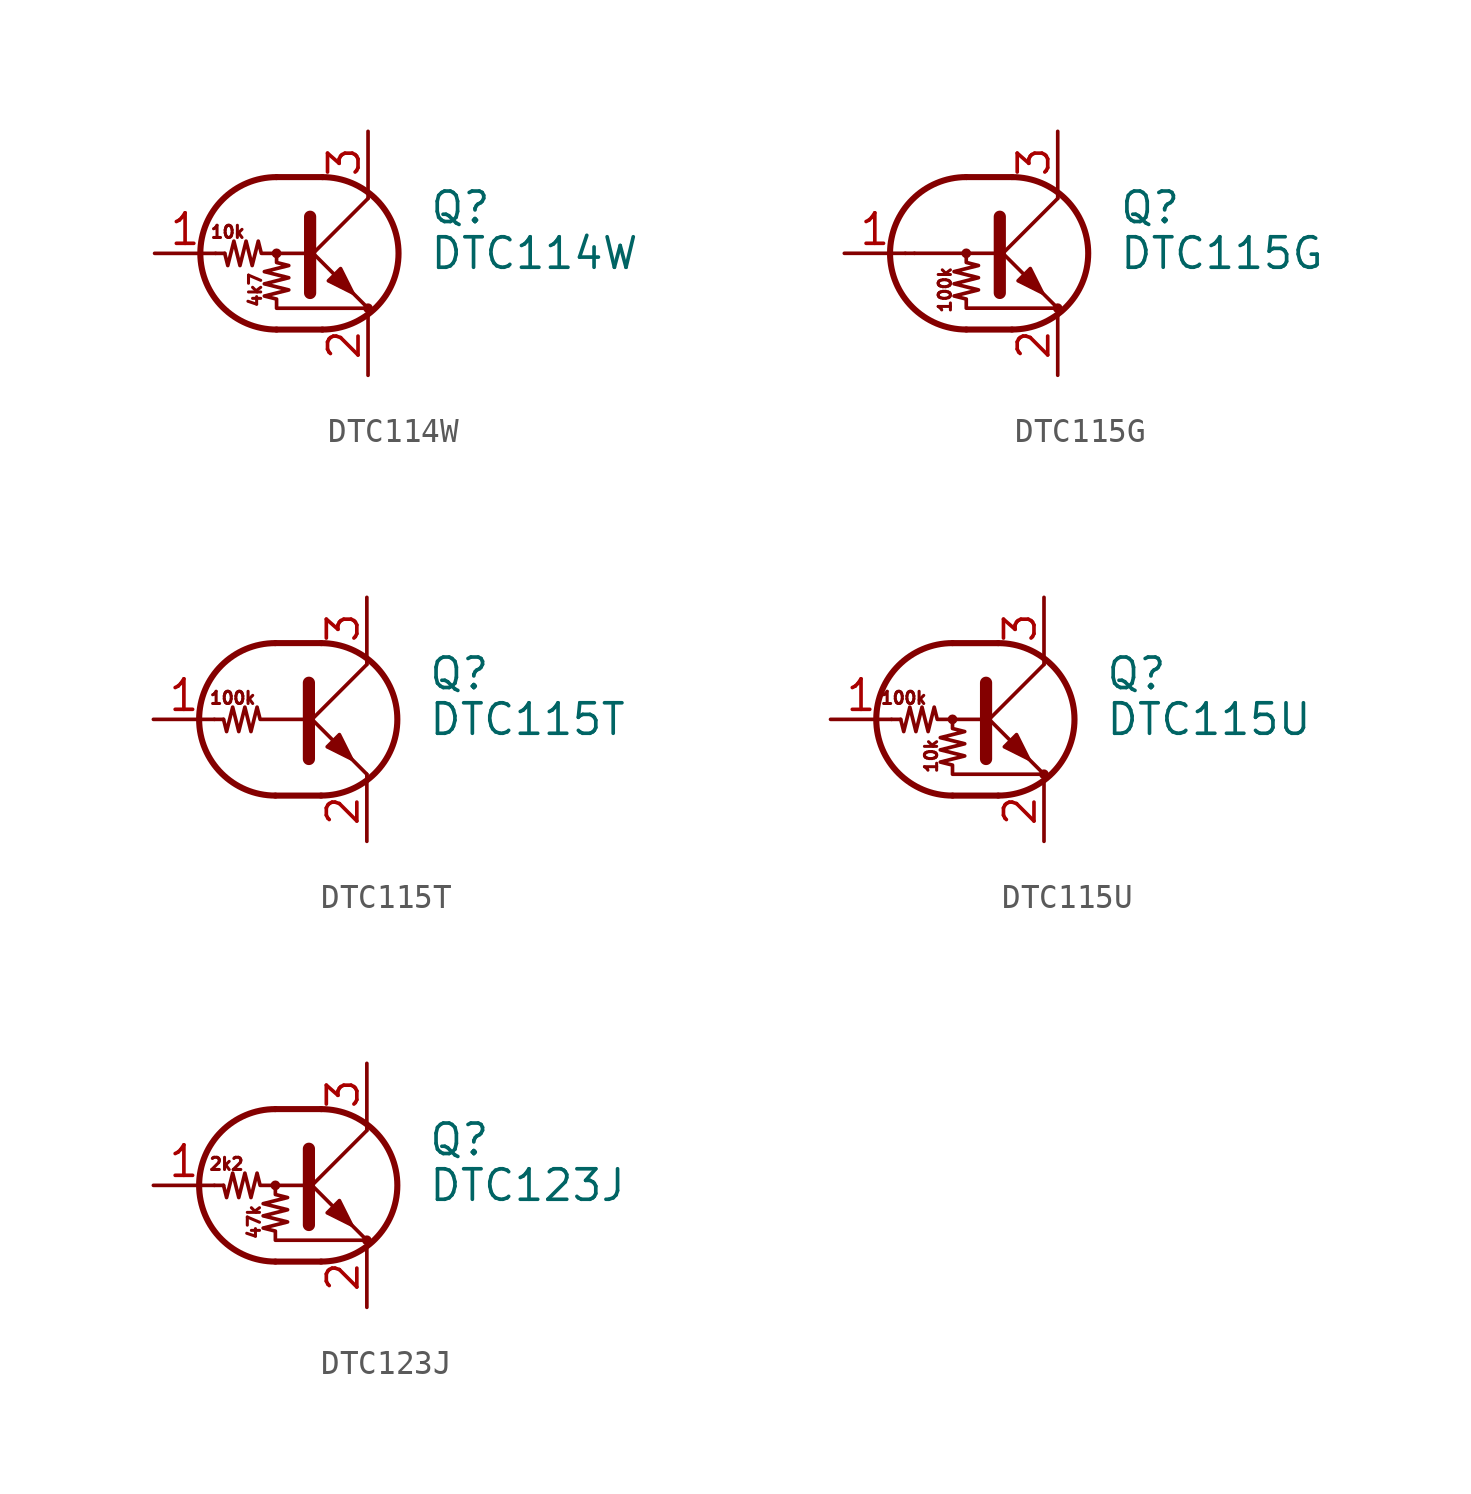
<source format=kicad_sym>
(kicad_symbol_lib
  (version 20231120)
  (generator "kicad_symbol_editor")
  (generator_version "8.0")
  (symbol "DTC114W"
    (pin_names
      (offset 0) hide)
    (property "Reference" "Q"
      (at 5.08 1.905 0)
      (effects (font (size 1.27 1.27)) (justify left)))
    (property "Value" "DTC114W"
      (at 5.08 0 0)
      (effects (font (size 1.27 1.27)) (justify left)))
    (symbol "DTC114W_0_0"
      (text "10k" (at -3.302 0.889 0) (effects (font (size 0.508 0.508))))
      (text "4k7" (at -2.159 -1.524 900) (effects (font (size 0.508 0.508)))))
    (symbol "DTC114W_0_1"
      (circle (center -1.27 0) (radius 0.127) (stroke (width 0) (type default)) (fill (type none)))
      (arc (start -1.27 3.175) (mid -4.4312 0) (end -1.27 -3.175) (stroke (width 0.254) (type default)) (fill (type none)))
      (polyline (pts (xy -3.429 0) (xy -3.81 0)) (stroke (width 0) (type default)) (fill (type none)))
      (polyline (pts (xy -1.27 -3.175) (xy 0.635 -3.175)) (stroke (width 0.254) (type default)) (fill (type none)))
      (polyline (pts (xy -1.27 3.175) (xy 0.635 3.175)) (stroke (width 0.254) (type default)) (fill (type none)))
      (polyline (pts (xy 0 -0.254) (xy 2.54 2.286)) (stroke (width 0) (type default)) (fill (type none)))
      (polyline (pts (xy 0.127 1.524) (xy 0.127 -1.651)) (stroke (width 0.508) (type default)) (fill (type outline)))
      (polyline (pts (xy 2.54 2.286) (xy 2.54 2.54)) (stroke (width 0) (type default)) (fill (type none)))
      (polyline (pts (xy 2.54 -2.286) (xy 0 0.254) (xy 0 0.254)) (stroke (width 0) (type default)) (fill (type none)))
      (polyline (pts (xy 0.889 -1.143) (xy 1.397 -0.635) (xy 1.905 -1.651) (xy 0.889 -1.143)) (stroke (width 0) (type default)) (fill (type outline)))
      (polyline (pts (xy 0 0) (xy -1.905 0) (xy -2.032 0.508) (xy -2.286 -0.508) (xy -2.54 0.508) (xy -2.794 -0.508) (xy -3.048 0.508) (xy -3.302 -0.508) (xy -3.429 0)) (stroke (width 0) (type default)) (fill (type none)))
      (polyline (pts (xy -1.27 0) (xy -1.27 -0.381) (xy -0.762 -0.508) (xy -1.778 -0.762) (xy -0.762 -1.016) (xy -1.778 -1.27) (xy -0.762 -1.524) (xy -1.778 -1.778) (xy -1.27 -1.905) (xy -1.27 -2.286) (xy 2.54 -2.286)) (stroke (width 0) (type default)) (fill (type none)))
      (arc (start 0.635 -3.175) (mid 3.7962 0) (end 0.635 3.175) (stroke (width 0.254) (type default)) (fill (type none)))
      (circle (center 2.54 -2.286) (radius 0.127) (stroke (width 0) (type default)) (fill (type none))))
    (symbol "DTC114W_1_1"
      (pin input line (at -6.35 0 0) (length 2.54) (name "B" (effects (font (size 1.27 1.27)))) (number "1" (effects (font (size 1.27 1.27)))))
      (pin passive line (at 2.54 -5.08 90) (length 2.54) (name "E" (effects (font (size 1.27 1.27)))) (number "2" (effects (font (size 1.27 1.27)))))
      (pin passive line (at 2.54 5.08 270) (length 2.54) (name "C" (effects (font (size 1.27 1.27)))) (number "3" (effects (font (size 1.27 1.27)))))))
  (symbol "DTC115G"
    (pin_names
      (offset 0) hide)
    (property "Reference" "Q"
      (at 5.08 1.905 0)
      (effects (font (size 1.27 1.27)) (justify left)))
    (property "Value" "DTC115G"
      (at 5.08 0 0)
      (effects (font (size 1.27 1.27)) (justify left)))
    (symbol "DTC115G_0_0"
      (polyline (pts (xy -3.429 0) (xy 0 0)) (stroke (width 0) (type default)) (fill (type none)))
      (text "100k" (at -2.159 -1.524 900) (effects (font (size 0.508 0.508)))))
    (symbol "DTC115G_0_1"
      (circle (center -1.27 0) (radius 0.127) (stroke (width 0) (type default)) (fill (type none)))
      (arc (start -1.27 3.175) (mid -4.4312 0) (end -1.27 -3.175) (stroke (width 0.254) (type default)) (fill (type none)))
      (polyline (pts (xy -3.429 0) (xy -3.81 0)) (stroke (width 0) (type default)) (fill (type none)))
      (polyline (pts (xy -1.27 -3.175) (xy 0.635 -3.175)) (stroke (width 0.254) (type default)) (fill (type none)))
      (polyline (pts (xy -1.27 3.175) (xy 0.635 3.175)) (stroke (width 0.254) (type default)) (fill (type none)))
      (polyline (pts (xy 0 -0.254) (xy 2.54 2.286)) (stroke (width 0) (type default)) (fill (type none)))
      (polyline (pts (xy 0.127 1.524) (xy 0.127 -1.651)) (stroke (width 0.508) (type default)) (fill (type outline)))
      (polyline (pts (xy 2.54 2.286) (xy 2.54 2.54)) (stroke (width 0) (type default)) (fill (type none)))
      (polyline (pts (xy 2.54 -2.286) (xy 0 0.254) (xy 0 0.254)) (stroke (width 0) (type default)) (fill (type none)))
      (polyline (pts (xy 0.889 -1.143) (xy 1.397 -0.635) (xy 1.905 -1.651) (xy 0.889 -1.143)) (stroke (width 0) (type default)) (fill (type outline)))
      (polyline (pts (xy -1.27 0) (xy -1.27 -0.381) (xy -0.762 -0.508) (xy -1.778 -0.762) (xy -0.762 -1.016) (xy -1.778 -1.27) (xy -0.762 -1.524) (xy -1.778 -1.778) (xy -1.27 -1.905) (xy -1.27 -2.286) (xy 2.54 -2.286)) (stroke (width 0) (type default)) (fill (type none)))
      (arc (start 0.635 -3.175) (mid 3.7962 0) (end 0.635 3.175) (stroke (width 0.254) (type default)) (fill (type none)))
      (circle (center 2.54 -2.286) (radius 0.127) (stroke (width 0) (type default)) (fill (type none))))
    (symbol "DTC115G_1_1"
      (pin input line (at -6.35 0 0) (length 2.54) (name "B" (effects (font (size 1.27 1.27)))) (number "1" (effects (font (size 1.27 1.27)))))
      (pin passive line (at 2.54 -5.08 90) (length 2.54) (name "E" (effects (font (size 1.27 1.27)))) (number "2" (effects (font (size 1.27 1.27)))))
      (pin passive line (at 2.54 5.08 270) (length 2.54) (name "C" (effects (font (size 1.27 1.27)))) (number "3" (effects (font (size 1.27 1.27)))))))
  (symbol "DTC115T"
    (pin_names
      (offset 0) hide)
    (property "Reference" "Q"
      (at 5.08 1.905 0)
      (effects (font (size 1.27 1.27)) (justify left)))
    (property "Value" "DTC115T"
      (at 5.08 0 0)
      (effects (font (size 1.27 1.27)) (justify left)))
    (symbol "DTC115T_0_0"
      (polyline (pts (xy 2.54 -2.286) (xy 2.54 -2.54)) (stroke (width 0) (type default)) (fill (type none)))
      (text "100k" (at -3.048 0.889 0) (effects (font (size 0.508 0.508)))))
    (symbol "DTC115T_0_1"
      (arc (start -1.27 3.175) (mid -4.4312 0) (end -1.27 -3.175) (stroke (width 0.254) (type default)) (fill (type none)))
      (polyline (pts (xy -3.429 0) (xy -3.81 0)) (stroke (width 0) (type default)) (fill (type none)))
      (polyline (pts (xy -1.27 -3.175) (xy 0.635 -3.175)) (stroke (width 0.254) (type default)) (fill (type none)))
      (polyline (pts (xy -1.27 3.175) (xy 0.635 3.175)) (stroke (width 0.254) (type default)) (fill (type none)))
      (polyline (pts (xy 0 -0.254) (xy 2.54 2.286)) (stroke (width 0) (type default)) (fill (type none)))
      (polyline (pts (xy 0.127 1.524) (xy 0.127 -1.651)) (stroke (width 0.508) (type default)) (fill (type outline)))
      (polyline (pts (xy 2.54 2.286) (xy 2.54 2.54)) (stroke (width 0) (type default)) (fill (type none)))
      (polyline (pts (xy 2.54 -2.286) (xy 0 0.254) (xy 0 0.254)) (stroke (width 0) (type default)) (fill (type none)))
      (polyline (pts (xy 0.889 -1.143) (xy 1.397 -0.635) (xy 1.905 -1.651) (xy 0.889 -1.143)) (stroke (width 0) (type default)) (fill (type outline)))
      (polyline (pts (xy 0 0) (xy -1.905 0) (xy -2.032 0.508) (xy -2.286 -0.508) (xy -2.54 0.508) (xy -2.794 -0.508) (xy -3.048 0.508) (xy -3.302 -0.508) (xy -3.429 0)) (stroke (width 0) (type default)) (fill (type none)))
      (arc (start 0.635 -3.175) (mid 3.7962 0) (end 0.635 3.175) (stroke (width 0.254) (type default)) (fill (type none))))
    (symbol "DTC115T_1_1"
      (pin input line (at -6.35 0 0) (length 2.54) (name "B" (effects (font (size 1.27 1.27)))) (number "1" (effects (font (size 1.27 1.27)))))
      (pin passive line (at 2.54 -5.08 90) (length 2.54) (name "E" (effects (font (size 1.27 1.27)))) (number "2" (effects (font (size 1.27 1.27)))))
      (pin passive line (at 2.54 5.08 270) (length 2.54) (name "C" (effects (font (size 1.27 1.27)))) (number "3" (effects (font (size 1.27 1.27)))))))
  (symbol "DTC115U"
    (pin_names
      (offset 0) hide)
    (property "Reference" "Q"
      (at 5.08 1.905 0)
      (effects (font (size 1.27 1.27)) (justify left)))
    (property "Value" "DTC115U"
      (at 5.08 0 0)
      (effects (font (size 1.27 1.27)) (justify left)))
    (symbol "DTC115U_0_0"
      (text "100k" (at -3.302 0.889 0) (effects (font (size 0.508 0.508))))
      (text "10k" (at -2.159 -1.524 900) (effects (font (size 0.508 0.508)))))
    (symbol "DTC115U_0_1"
      (circle (center -1.27 0) (radius 0.127) (stroke (width 0) (type default)) (fill (type none)))
      (arc (start -1.27 3.175) (mid -4.4312 0) (end -1.27 -3.175) (stroke (width 0.254) (type default)) (fill (type none)))
      (polyline (pts (xy -3.429 0) (xy -3.81 0)) (stroke (width 0) (type default)) (fill (type none)))
      (polyline (pts (xy -1.27 -3.175) (xy 0.635 -3.175)) (stroke (width 0.254) (type default)) (fill (type none)))
      (polyline (pts (xy -1.27 3.175) (xy 0.635 3.175)) (stroke (width 0.254) (type default)) (fill (type none)))
      (polyline (pts (xy 0 -0.254) (xy 2.54 2.286)) (stroke (width 0) (type default)) (fill (type none)))
      (polyline (pts (xy 0.127 1.524) (xy 0.127 -1.651)) (stroke (width 0.508) (type default)) (fill (type outline)))
      (polyline (pts (xy 2.54 2.286) (xy 2.54 2.54)) (stroke (width 0) (type default)) (fill (type none)))
      (polyline (pts (xy 2.54 -2.286) (xy 0 0.254) (xy 0 0.254)) (stroke (width 0) (type default)) (fill (type none)))
      (polyline (pts (xy 0.889 -1.143) (xy 1.397 -0.635) (xy 1.905 -1.651) (xy 0.889 -1.143)) (stroke (width 0) (type default)) (fill (type outline)))
      (polyline (pts (xy 0 0) (xy -1.905 0) (xy -2.032 0.508) (xy -2.286 -0.508) (xy -2.54 0.508) (xy -2.794 -0.508) (xy -3.048 0.508) (xy -3.302 -0.508) (xy -3.429 0)) (stroke (width 0) (type default)) (fill (type none)))
      (polyline (pts (xy -1.27 0) (xy -1.27 -0.381) (xy -0.762 -0.508) (xy -1.778 -0.762) (xy -0.762 -1.016) (xy -1.778 -1.27) (xy -0.762 -1.524) (xy -1.778 -1.778) (xy -1.27 -1.905) (xy -1.27 -2.286) (xy 2.54 -2.286)) (stroke (width 0) (type default)) (fill (type none)))
      (arc (start 0.635 -3.175) (mid 3.7962 0) (end 0.635 3.175) (stroke (width 0.254) (type default)) (fill (type none)))
      (circle (center 2.54 -2.286) (radius 0.127) (stroke (width 0) (type default)) (fill (type none))))
    (symbol "DTC115U_1_1"
      (pin input line (at -6.35 0 0) (length 2.54) (name "B" (effects (font (size 1.27 1.27)))) (number "1" (effects (font (size 1.27 1.27)))))
      (pin passive line (at 2.54 -5.08 90) (length 2.54) (name "E" (effects (font (size 1.27 1.27)))) (number "2" (effects (font (size 1.27 1.27)))))
      (pin passive line (at 2.54 5.08 270) (length 2.54) (name "C" (effects (font (size 1.27 1.27)))) (number "3" (effects (font (size 1.27 1.27)))))))
  (symbol "DTC123J"
    (pin_names
      (offset 0) hide)
    (property "Reference" "Q"
      (at 5.08 1.905 0)
      (effects (font (size 1.27 1.27)) (justify left)))
    (property "Value" "DTC123J"
      (at 5.08 0 0)
      (effects (font (size 1.27 1.27)) (justify left)))
    (symbol "DTC123J_0_0"
      (text "2k2" (at -3.302 0.889 0) (effects (font (size 0.508 0.508))))
      (text "47k" (at -2.159 -1.524 900) (effects (font (size 0.508 0.508)))))
    (symbol "DTC123J_0_1"
      (circle (center -1.27 0) (radius 0.127) (stroke (width 0) (type default)) (fill (type none)))
      (arc (start -1.27 3.175) (mid -4.4312 0) (end -1.27 -3.175) (stroke (width 0.254) (type default)) (fill (type none)))
      (polyline (pts (xy -3.429 0) (xy -3.81 0)) (stroke (width 0) (type default)) (fill (type none)))
      (polyline (pts (xy -1.27 -3.175) (xy 0.635 -3.175)) (stroke (width 0.254) (type default)) (fill (type none)))
      (polyline (pts (xy -1.27 3.175) (xy 0.635 3.175)) (stroke (width 0.254) (type default)) (fill (type none)))
      (polyline (pts (xy 0 -0.254) (xy 2.54 2.286)) (stroke (width 0) (type default)) (fill (type none)))
      (polyline (pts (xy 0.127 1.524) (xy 0.127 -1.651)) (stroke (width 0.508) (type default)) (fill (type outline)))
      (polyline (pts (xy 2.54 2.286) (xy 2.54 2.54)) (stroke (width 0) (type default)) (fill (type none)))
      (polyline (pts (xy 2.54 -2.286) (xy 0 0.254) (xy 0 0.254)) (stroke (width 0) (type default)) (fill (type none)))
      (polyline (pts (xy 0.889 -1.143) (xy 1.397 -0.635) (xy 1.905 -1.651) (xy 0.889 -1.143)) (stroke (width 0) (type default)) (fill (type outline)))
      (polyline (pts (xy 0 0) (xy -1.905 0) (xy -2.032 0.508) (xy -2.286 -0.508) (xy -2.54 0.508) (xy -2.794 -0.508) (xy -3.048 0.508) (xy -3.302 -0.508) (xy -3.429 0)) (stroke (width 0) (type default)) (fill (type none)))
      (polyline (pts (xy -1.27 0) (xy -1.27 -0.381) (xy -0.762 -0.508) (xy -1.778 -0.762) (xy -0.762 -1.016) (xy -1.778 -1.27) (xy -0.762 -1.524) (xy -1.778 -1.778) (xy -1.27 -1.905) (xy -1.27 -2.286) (xy 2.54 -2.286)) (stroke (width 0) (type default)) (fill (type none)))
      (arc (start 0.635 -3.175) (mid 3.7962 0) (end 0.635 3.175) (stroke (width 0.254) (type default)) (fill (type none)))
      (circle (center 2.54 -2.286) (radius 0.127) (stroke (width 0) (type default)) (fill (type none))))
    (symbol "DTC123J_1_1"
      (pin input line (at -6.35 0 0) (length 2.54) (name "B" (effects (font (size 1.27 1.27)))) (number "1" (effects (font (size 1.27 1.27)))))
      (pin passive line (at 2.54 -5.08 90) (length 2.54) (name "E" (effects (font (size 1.27 1.27)))) (number "2" (effects (font (size 1.27 1.27)))))
      (pin passive line (at 2.54 5.08 270) (length 2.54) (name "C" (effects (font (size 1.27 1.27)))) (number "3" (effects (font (size 1.27 1.27))))))))
</source>
